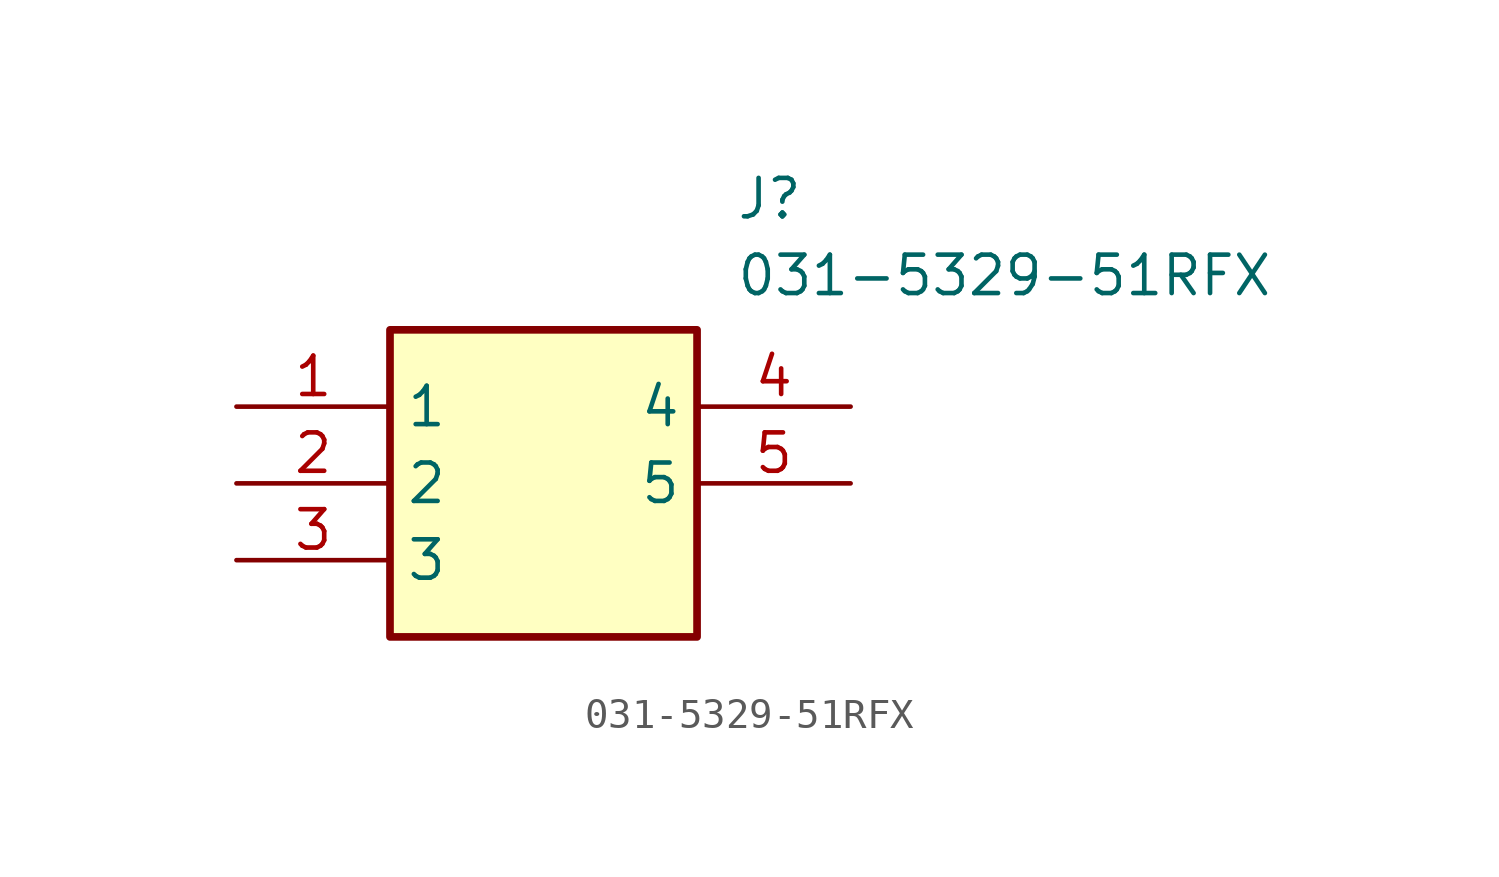
<source format=kicad_sym>
(kicad_symbol_lib
  (version 20211014)
  (generator SamacSys_ECAD_Model)
  (symbol "031-5329-51RFX"
    (property "Reference" "J"
      (at 16.51 7.62 0)
      (effects (font (size 1.27 1.27)) (justify left top)))
    (property "Value" "031-5329-51RFX"
      (at 16.51 5.08 0)
      (effects (font (size 1.27 1.27)) (justify left top)))
    (rectangle
      (start 5.08 2.54)
      (end 15.24 -7.62)
      (stroke (width 0.254) (type default))
      (fill (type background)))
    (pin passive line
      (at 0 0 0)
      (length 5.08)
      (name "1" (effects (font (size 1.27 1.27))))
      (number "1" (effects (font (size 1.27 1.27)))))
    (pin passive line
      (at 0 -2.54 0)
      (length 5.08)
      (name "2" (effects (font (size 1.27 1.27))))
      (number "2" (effects (font (size 1.27 1.27)))))
    (pin passive line
      (at 0 -5.08 0)
      (length 5.08)
      (name "3" (effects (font (size 1.27 1.27))))
      (number "3" (effects (font (size 1.27 1.27)))))
    (pin passive line
      (at 20.32 0 180)
      (length 5.08)
      (name "4" (effects (font (size 1.27 1.27))))
      (number "4" (effects (font (size 1.27 1.27)))))
    (pin passive line
      (at 20.32 -2.54 180)
      (length 5.08)
      (name "5" (effects (font (size 1.27 1.27))))
      (number "5" (effects (font (size 1.27 1.27)))))))
</source>
